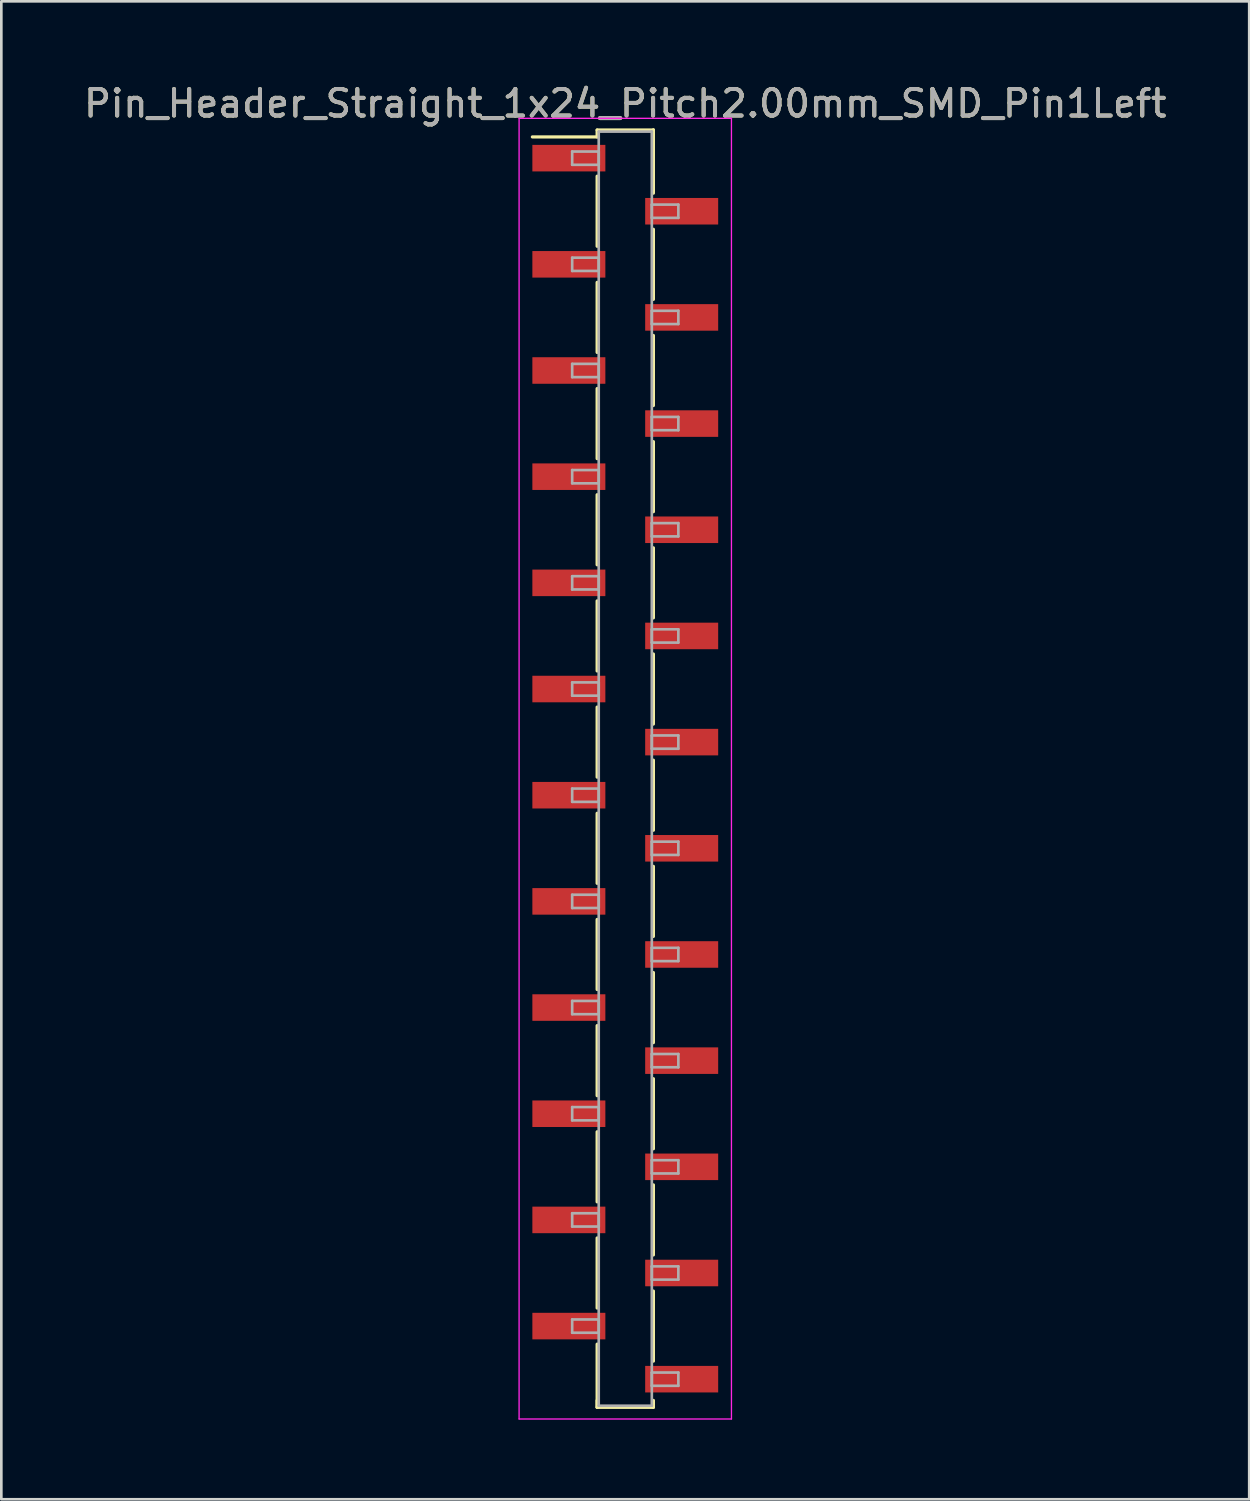
<source format=kicad_pcb>
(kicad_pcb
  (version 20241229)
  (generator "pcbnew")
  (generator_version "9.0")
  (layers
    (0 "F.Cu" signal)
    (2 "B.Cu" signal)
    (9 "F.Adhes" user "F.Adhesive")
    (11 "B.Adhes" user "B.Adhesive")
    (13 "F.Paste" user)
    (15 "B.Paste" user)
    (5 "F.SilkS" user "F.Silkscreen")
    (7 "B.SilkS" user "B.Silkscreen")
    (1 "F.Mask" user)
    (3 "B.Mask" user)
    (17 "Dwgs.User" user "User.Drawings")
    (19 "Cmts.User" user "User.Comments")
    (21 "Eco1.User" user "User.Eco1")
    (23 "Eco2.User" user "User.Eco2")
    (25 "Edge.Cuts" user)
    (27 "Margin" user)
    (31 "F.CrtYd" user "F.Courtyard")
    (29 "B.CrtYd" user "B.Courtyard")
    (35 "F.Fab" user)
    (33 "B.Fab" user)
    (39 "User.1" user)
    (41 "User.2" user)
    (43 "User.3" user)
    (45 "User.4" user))
  (footprint "Pin_Header_Straight_1x24_Pitch2.00mm_SMD_Pin1Left"
    (layer "F.Cu")
    (at 20.506 25.908)
    (property "Reference" "Pin_Header_Straight_1x24_Pitch2.00mm_SMD_Pin1Left" (at 0 -25.06 0) (layer "F.SilkS") (effects (font (size 1 1) (thickness 0.15))))
    (attr smd)
    (fp_line (start -1.06 -24.06) (end 1.06 -24.06) (stroke (width 0.12) (type solid)) (layer "F.SilkS"))
    (fp_line (start -1.06 -23.8) (end -3.5 -23.8) (stroke (width 0.12) (type solid)) (layer "F.SilkS"))
    (fp_line (start -1.06 -23.8) (end -1.06 -24.06) (stroke (width 0.12) (type solid)) (layer "F.SilkS"))
    (fp_line (start -1.06 -22.32) (end -1.06 -19.68) (stroke (width 0.12) (type solid)) (layer "F.SilkS"))
    (fp_line (start -1.06 -18.32) (end -1.06 -15.68) (stroke (width 0.12) (type solid)) (layer "F.SilkS"))
    (fp_line (start -1.06 -14.32) (end -1.06 -11.68) (stroke (width 0.12) (type solid)) (layer "F.SilkS"))
    (fp_line (start -1.06 -10.32) (end -1.06 -7.68) (stroke (width 0.12) (type solid)) (layer "F.SilkS"))
    (fp_line (start -1.06 -6.32) (end -1.06 -3.68) (stroke (width 0.12) (type solid)) (layer "F.SilkS"))
    (fp_line (start -1.06 -2.32) (end -1.06 0.32) (stroke (width 0.12) (type solid)) (layer "F.SilkS"))
    (fp_line (start -1.06 1.68) (end -1.06 4.32) (stroke (width 0.12) (type solid)) (layer "F.SilkS"))
    (fp_line (start -1.06 5.68) (end -1.06 8.32) (stroke (width 0.12) (type solid)) (layer "F.SilkS"))
    (fp_line (start -1.06 9.68) (end -1.06 12.32) (stroke (width 0.12) (type solid)) (layer "F.SilkS"))
    (fp_line (start -1.06 13.68) (end -1.06 16.32) (stroke (width 0.12) (type solid)) (layer "F.SilkS"))
    (fp_line (start -1.06 17.68) (end -1.06 20.32) (stroke (width 0.12) (type solid)) (layer "F.SilkS"))
    (fp_line (start -1.06 21.68) (end -1.06 24.06) (stroke (width 0.12) (type solid)) (layer "F.SilkS"))
    (fp_line (start -1.06 23.8) (end -1.06 24.06) (stroke (width 0.12) (type solid)) (layer "F.SilkS"))
    (fp_line (start -1.06 24.06) (end 1.06 24.06) (stroke (width 0.12) (type solid)) (layer "F.SilkS"))
    (fp_line (start 1.06 -24.06) (end 1.06 -23.8) (stroke (width 0.12) (type solid)) (layer "F.SilkS"))
    (fp_line (start 1.06 -24.06) (end 1.06 -21.68) (stroke (width 0.12) (type solid)) (layer "F.SilkS"))
    (fp_line (start 1.06 -20.32) (end 1.06 -17.68) (stroke (width 0.12) (type solid)) (layer "F.SilkS"))
    (fp_line (start 1.06 -16.32) (end 1.06 -13.68) (stroke (width 0.12) (type solid)) (layer "F.SilkS"))
    (fp_line (start 1.06 -12.32) (end 1.06 -9.68) (stroke (width 0.12) (type solid)) (layer "F.SilkS"))
    (fp_line (start 1.06 -8.32) (end 1.06 -5.68) (stroke (width 0.12) (type solid)) (layer "F.SilkS"))
    (fp_line (start 1.06 -4.32) (end 1.06 -1.68) (stroke (width 0.12) (type solid)) (layer "F.SilkS"))
    (fp_line (start 1.06 -0.32) (end 1.06 2.32) (stroke (width 0.12) (type solid)) (layer "F.SilkS"))
    (fp_line (start 1.06 3.68) (end 1.06 6.32) (stroke (width 0.12) (type solid)) (layer "F.SilkS"))
    (fp_line (start 1.06 7.68) (end 1.06 10.32) (stroke (width 0.12) (type solid)) (layer "F.SilkS"))
    (fp_line (start 1.06 11.68) (end 1.06 14.32) (stroke (width 0.12) (type solid)) (layer "F.SilkS"))
    (fp_line (start 1.06 15.68) (end 1.06 18.32) (stroke (width 0.12) (type solid)) (layer "F.SilkS"))
    (fp_line (start 1.06 19.68) (end 1.06 22.32) (stroke (width 0.12) (type solid)) (layer "F.SilkS"))
    (fp_line (start 1.06 24.06) (end 1.06 23.8) (stroke (width 0.12) (type solid)) (layer "F.SilkS"))
    (fp_line (start -4 -24.5) (end -4 24.5) (stroke (width 0.05) (type solid)) (layer "F.CrtYd"))
    (fp_line (start -4 24.5) (end 4 24.5) (stroke (width 0.05) (type solid)) (layer "F.CrtYd"))
    (fp_line (start 4 -24.5) (end -4 -24.5) (stroke (width 0.05) (type solid)) (layer "F.CrtYd"))
    (fp_line (start 4 24.5) (end 4 -24.5) (stroke (width 0.05) (type solid)) (layer "F.CrtYd"))
    (fp_line (start -2 -23.25) (end -1 -23.25) (stroke (width 0.1) (type solid)) (layer "F.Fab"))
    (fp_line (start -2 -22.75) (end -2 -23.25) (stroke (width 0.1) (type solid)) (layer "F.Fab"))
    (fp_line (start -2 -19.25) (end -1 -19.25) (stroke (width 0.1) (type solid)) (layer "F.Fab"))
    (fp_line (start -2 -18.75) (end -2 -19.25) (stroke (width 0.1) (type solid)) (layer "F.Fab"))
    (fp_line (start -2 -15.25) (end -1 -15.25) (stroke (width 0.1) (type solid)) (layer "F.Fab"))
    (fp_line (start -2 -14.75) (end -2 -15.25) (stroke (width 0.1) (type solid)) (layer "F.Fab"))
    (fp_line (start -2 -11.25) (end -1 -11.25) (stroke (width 0.1) (type solid)) (layer "F.Fab"))
    (fp_line (start -2 -10.75) (end -2 -11.25) (stroke (width 0.1) (type solid)) (layer "F.Fab"))
    (fp_line (start -2 -7.25) (end -1 -7.25) (stroke (width 0.1) (type solid)) (layer "F.Fab"))
    (fp_line (start -2 -6.75) (end -2 -7.25) (stroke (width 0.1) (type solid)) (layer "F.Fab"))
    (fp_line (start -2 -3.25) (end -1 -3.25) (stroke (width 0.1) (type solid)) (layer "F.Fab"))
    (fp_line (start -2 -2.75) (end -2 -3.25) (stroke (width 0.1) (type solid)) (layer "F.Fab"))
    (fp_line (start -2 0.75) (end -1 0.75) (stroke (width 0.1) (type solid)) (layer "F.Fab"))
    (fp_line (start -2 1.25) (end -2 0.75) (stroke (width 0.1) (type solid)) (layer "F.Fab"))
    (fp_line (start -2 4.75) (end -1 4.75) (stroke (width 0.1) (type solid)) (layer "F.Fab"))
    (fp_line (start -2 5.25) (end -2 4.75) (stroke (width 0.1) (type solid)) (layer "F.Fab"))
    (fp_line (start -2 8.75) (end -1 8.75) (stroke (width 0.1) (type solid)) (layer "F.Fab"))
    (fp_line (start -2 9.25) (end -2 8.75) (stroke (width 0.1) (type solid)) (layer "F.Fab"))
    (fp_line (start -2 12.75) (end -1 12.75) (stroke (width 0.1) (type solid)) (layer "F.Fab"))
    (fp_line (start -2 13.25) (end -2 12.75) (stroke (width 0.1) (type solid)) (layer "F.Fab"))
    (fp_line (start -2 16.75) (end -1 16.75) (stroke (width 0.1) (type solid)) (layer "F.Fab"))
    (fp_line (start -2 17.25) (end -2 16.75) (stroke (width 0.1) (type solid)) (layer "F.Fab"))
    (fp_line (start -2 20.75) (end -1 20.75) (stroke (width 0.1) (type solid)) (layer "F.Fab"))
    (fp_line (start -2 21.25) (end -2 20.75) (stroke (width 0.1) (type solid)) (layer "F.Fab"))
    (fp_line (start -1 -24) (end -1 24) (stroke (width 0.1) (type solid)) (layer "F.Fab"))
    (fp_line (start -1 -23.25) (end -1 -22.75) (stroke (width 0.1) (type solid)) (layer "F.Fab"))
    (fp_line (start -1 -22.75) (end -2 -22.75) (stroke (width 0.1) (type solid)) (layer "F.Fab"))
    (fp_line (start -1 -19.25) (end -1 -18.75) (stroke (width 0.1) (type solid)) (layer "F.Fab"))
    (fp_line (start -1 -18.75) (end -2 -18.75) (stroke (width 0.1) (type solid)) (layer "F.Fab"))
    (fp_line (start -1 -15.25) (end -1 -14.75) (stroke (width 0.1) (type solid)) (layer "F.Fab"))
    (fp_line (start -1 -14.75) (end -2 -14.75) (stroke (width 0.1) (type solid)) (layer "F.Fab"))
    (fp_line (start -1 -11.25) (end -1 -10.75) (stroke (width 0.1) (type solid)) (layer "F.Fab"))
    (fp_line (start -1 -10.75) (end -2 -10.75) (stroke (width 0.1) (type solid)) (layer "F.Fab"))
    (fp_line (start -1 -7.25) (end -1 -6.75) (stroke (width 0.1) (type solid)) (layer "F.Fab"))
    (fp_line (start -1 -6.75) (end -2 -6.75) (stroke (width 0.1) (type solid)) (layer "F.Fab"))
    (fp_line (start -1 -3.25) (end -1 -2.75) (stroke (width 0.1) (type solid)) (layer "F.Fab"))
    (fp_line (start -1 -2.75) (end -2 -2.75) (stroke (width 0.1) (type solid)) (layer "F.Fab"))
    (fp_line (start -1 0.75) (end -1 1.25) (stroke (width 0.1) (type solid)) (layer "F.Fab"))
    (fp_line (start -1 1.25) (end -2 1.25) (stroke (width 0.1) (type solid)) (layer "F.Fab"))
    (fp_line (start -1 4.75) (end -1 5.25) (stroke (width 0.1) (type solid)) (layer "F.Fab"))
    (fp_line (start -1 5.25) (end -2 5.25) (stroke (width 0.1) (type solid)) (layer "F.Fab"))
    (fp_line (start -1 8.75) (end -1 9.25) (stroke (width 0.1) (type solid)) (layer "F.Fab"))
    (fp_line (start -1 9.25) (end -2 9.25) (stroke (width 0.1) (type solid)) (layer "F.Fab"))
    (fp_line (start -1 12.75) (end -1 13.25) (stroke (width 0.1) (type solid)) (layer "F.Fab"))
    (fp_line (start -1 13.25) (end -2 13.25) (stroke (width 0.1) (type solid)) (layer "F.Fab"))
    (fp_line (start -1 16.75) (end -1 17.25) (stroke (width 0.1) (type solid)) (layer "F.Fab"))
    (fp_line (start -1 17.25) (end -2 17.25) (stroke (width 0.1) (type solid)) (layer "F.Fab"))
    (fp_line (start -1 20.75) (end -1 21.25) (stroke (width 0.1) (type solid)) (layer "F.Fab"))
    (fp_line (start -1 21.25) (end -2 21.25) (stroke (width 0.1) (type solid)) (layer "F.Fab"))
    (fp_line (start -1 24) (end 1 24) (stroke (width 0.1) (type solid)) (layer "F.Fab"))
    (fp_line (start 1 -24) (end -1 -24) (stroke (width 0.1) (type solid)) (layer "F.Fab"))
    (fp_line (start 1 -21.25) (end 1 -20.75) (stroke (width 0.1) (type solid)) (layer "F.Fab"))
    (fp_line (start 1 -20.75) (end 2 -20.75) (stroke (width 0.1) (type solid)) (layer "F.Fab"))
    (fp_line (start 1 -17.25) (end 1 -16.75) (stroke (width 0.1) (type solid)) (layer "F.Fab"))
    (fp_line (start 1 -16.75) (end 2 -16.75) (stroke (width 0.1) (type solid)) (layer "F.Fab"))
    (fp_line (start 1 -13.25) (end 1 -12.75) (stroke (width 0.1) (type solid)) (layer "F.Fab"))
    (fp_line (start 1 -12.75) (end 2 -12.75) (stroke (width 0.1) (type solid)) (layer "F.Fab"))
    (fp_line (start 1 -9.25) (end 1 -8.75) (stroke (width 0.1) (type solid)) (layer "F.Fab"))
    (fp_line (start 1 -8.75) (end 2 -8.75) (stroke (width 0.1) (type solid)) (layer "F.Fab"))
    (fp_line (start 1 -5.25) (end 1 -4.75) (stroke (width 0.1) (type solid)) (layer "F.Fab"))
    (fp_line (start 1 -4.75) (end 2 -4.75) (stroke (width 0.1) (type solid)) (layer "F.Fab"))
    (fp_line (start 1 -1.25) (end 1 -0.75) (stroke (width 0.1) (type solid)) (layer "F.Fab"))
    (fp_line (start 1 -0.75) (end 2 -0.75) (stroke (width 0.1) (type solid)) (layer "F.Fab"))
    (fp_line (start 1 2.75) (end 1 3.25) (stroke (width 0.1) (type solid)) (layer "F.Fab"))
    (fp_line (start 1 3.25) (end 2 3.25) (stroke (width 0.1) (type solid)) (layer "F.Fab"))
    (fp_line (start 1 6.75) (end 1 7.25) (stroke (width 0.1) (type solid)) (layer "F.Fab"))
    (fp_line (start 1 7.25) (end 2 7.25) (stroke (width 0.1) (type solid)) (layer "F.Fab"))
    (fp_line (start 1 10.75) (end 1 11.25) (stroke (width 0.1) (type solid)) (layer "F.Fab"))
    (fp_line (start 1 11.25) (end 2 11.25) (stroke (width 0.1) (type solid)) (layer "F.Fab"))
    (fp_line (start 1 14.75) (end 1 15.25) (stroke (width 0.1) (type solid)) (layer "F.Fab"))
    (fp_line (start 1 15.25) (end 2 15.25) (stroke (width 0.1) (type solid)) (layer "F.Fab"))
    (fp_line (start 1 18.75) (end 1 19.25) (stroke (width 0.1) (type solid)) (layer "F.Fab"))
    (fp_line (start 1 19.25) (end 2 19.25) (stroke (width 0.1) (type solid)) (layer "F.Fab"))
    (fp_line (start 1 22.75) (end 1 23.25) (stroke (width 0.1) (type solid)) (layer "F.Fab"))
    (fp_line (start 1 23.25) (end 2 23.25) (stroke (width 0.1) (type solid)) (layer "F.Fab"))
    (fp_line (start 1 24) (end 1 -24) (stroke (width 0.1) (type solid)) (layer "F.Fab"))
    (fp_line (start 2 -21.25) (end 1 -21.25) (stroke (width 0.1) (type solid)) (layer "F.Fab"))
    (fp_line (start 2 -20.75) (end 2 -21.25) (stroke (width 0.1) (type solid)) (layer "F.Fab"))
    (fp_line (start 2 -17.25) (end 1 -17.25) (stroke (width 0.1) (type solid)) (layer "F.Fab"))
    (fp_line (start 2 -16.75) (end 2 -17.25) (stroke (width 0.1) (type solid)) (layer "F.Fab"))
    (fp_line (start 2 -13.25) (end 1 -13.25) (stroke (width 0.1) (type solid)) (layer "F.Fab"))
    (fp_line (start 2 -12.75) (end 2 -13.25) (stroke (width 0.1) (type solid)) (layer "F.Fab"))
    (fp_line (start 2 -9.25) (end 1 -9.25) (stroke (width 0.1) (type solid)) (layer "F.Fab"))
    (fp_line (start 2 -8.75) (end 2 -9.25) (stroke (width 0.1) (type solid)) (layer "F.Fab"))
    (fp_line (start 2 -5.25) (end 1 -5.25) (stroke (width 0.1) (type solid)) (layer "F.Fab"))
    (fp_line (start 2 -4.75) (end 2 -5.25) (stroke (width 0.1) (type solid)) (layer "F.Fab"))
    (fp_line (start 2 -1.25) (end 1 -1.25) (stroke (width 0.1) (type solid)) (layer "F.Fab"))
    (fp_line (start 2 -0.75) (end 2 -1.25) (stroke (width 0.1) (type solid)) (layer "F.Fab"))
    (fp_line (start 2 2.75) (end 1 2.75) (stroke (width 0.1) (type solid)) (layer "F.Fab"))
    (fp_line (start 2 3.25) (end 2 2.75) (stroke (width 0.1) (type solid)) (layer "F.Fab"))
    (fp_line (start 2 6.75) (end 1 6.75) (stroke (width 0.1) (type solid)) (layer "F.Fab"))
    (fp_line (start 2 7.25) (end 2 6.75) (stroke (width 0.1) (type solid)) (layer "F.Fab"))
    (fp_line (start 2 10.75) (end 1 10.75) (stroke (width 0.1) (type solid)) (layer "F.Fab"))
    (fp_line (start 2 11.25) (end 2 10.75) (stroke (width 0.1) (type solid)) (layer "F.Fab"))
    (fp_line (start 2 14.75) (end 1 14.75) (stroke (width 0.1) (type solid)) (layer "F.Fab"))
    (fp_line (start 2 15.25) (end 2 14.75) (stroke (width 0.1) (type solid)) (layer "F.Fab"))
    (fp_line (start 2 18.75) (end 1 18.75) (stroke (width 0.1) (type solid)) (layer "F.Fab"))
    (fp_line (start 2 19.25) (end 2 18.75) (stroke (width 0.1) (type solid)) (layer "F.Fab"))
    (fp_line (start 2 22.75) (end 1 22.75) (stroke (width 0.1) (type solid)) (layer "F.Fab"))
    (fp_line (start 2 23.25) (end 2 22.75) (stroke (width 0.1) (type solid)) (layer "F.Fab"))
    (fp_text user "${REFERENCE}" (at 0 -25.06 0) (layer "F.Fab") (effects (font (size 1 1) (thickness 0.15))))
    (pad "1" smd rect (at -2.125 -23) (size 2.75 1) (layers "F.Cu" "F.Mask" "F.Paste"))
    (pad "2" smd rect (at 2.125 -21) (size 2.75 1) (layers "F.Cu" "F.Mask" "F.Paste"))
    (pad "3" smd rect (at -2.125 -19) (size 2.75 1) (layers "F.Cu" "F.Mask" "F.Paste"))
    (pad "4" smd rect (at 2.125 -17) (size 2.75 1) (layers "F.Cu" "F.Mask" "F.Paste"))
    (pad "5" smd rect (at -2.125 -15) (size 2.75 1) (layers "F.Cu" "F.Mask" "F.Paste"))
    (pad "6" smd rect (at 2.125 -13) (size 2.75 1) (layers "F.Cu" "F.Mask" "F.Paste"))
    (pad "7" smd rect (at -2.125 -11) (size 2.75 1) (layers "F.Cu" "F.Mask" "F.Paste"))
    (pad "8" smd rect (at 2.125 -9) (size 2.75 1) (layers "F.Cu" "F.Mask" "F.Paste"))
    (pad "9" smd rect (at -2.125 -7) (size 2.75 1) (layers "F.Cu" "F.Mask" "F.Paste"))
    (pad "10" smd rect (at 2.125 -5) (size 2.75 1) (layers "F.Cu" "F.Mask" "F.Paste"))
    (pad "11" smd rect (at -2.125 -3) (size 2.75 1) (layers "F.Cu" "F.Mask" "F.Paste"))
    (pad "12" smd rect (at 2.125 -1) (size 2.75 1) (layers "F.Cu" "F.Mask" "F.Paste"))
    (pad "13" smd rect (at -2.125 1) (size 2.75 1) (layers "F.Cu" "F.Mask" "F.Paste"))
    (pad "14" smd rect (at 2.125 3) (size 2.75 1) (layers "F.Cu" "F.Mask" "F.Paste"))
    (pad "15" smd rect (at -2.125 5) (size 2.75 1) (layers "F.Cu" "F.Mask" "F.Paste"))
    (pad "16" smd rect (at 2.125 7) (size 2.75 1) (layers "F.Cu" "F.Mask" "F.Paste"))
    (pad "17" smd rect (at -2.125 9) (size 2.75 1) (layers "F.Cu" "F.Mask" "F.Paste"))
    (pad "18" smd rect (at 2.125 11) (size 2.75 1) (layers "F.Cu" "F.Mask" "F.Paste"))
    (pad "19" smd rect (at -2.125 13) (size 2.75 1) (layers "F.Cu" "F.Mask" "F.Paste"))
    (pad "20" smd rect (at 2.125 15) (size 2.75 1) (layers "F.Cu" "F.Mask" "F.Paste"))
    (pad "21" smd rect (at -2.125 17) (size 2.75 1) (layers "F.Cu" "F.Mask" "F.Paste"))
    (pad "22" smd rect (at 2.125 19) (size 2.75 1) (layers "F.Cu" "F.Mask" "F.Paste"))
    (pad "23" smd rect (at -2.125 21) (size 2.75 1) (layers "F.Cu" "F.Mask" "F.Paste"))
    (pad "24" smd rect (at 2.125 23) (size 2.75 1) (layers "F.Cu" "F.Mask" "F.Paste")))
  (gr_rect
    (start -3 -3)
    (end 44.012 53.433)
    (stroke (width 0.1) (type default))
    (fill no)
    (layer "Edge.Cuts")))
</source>
